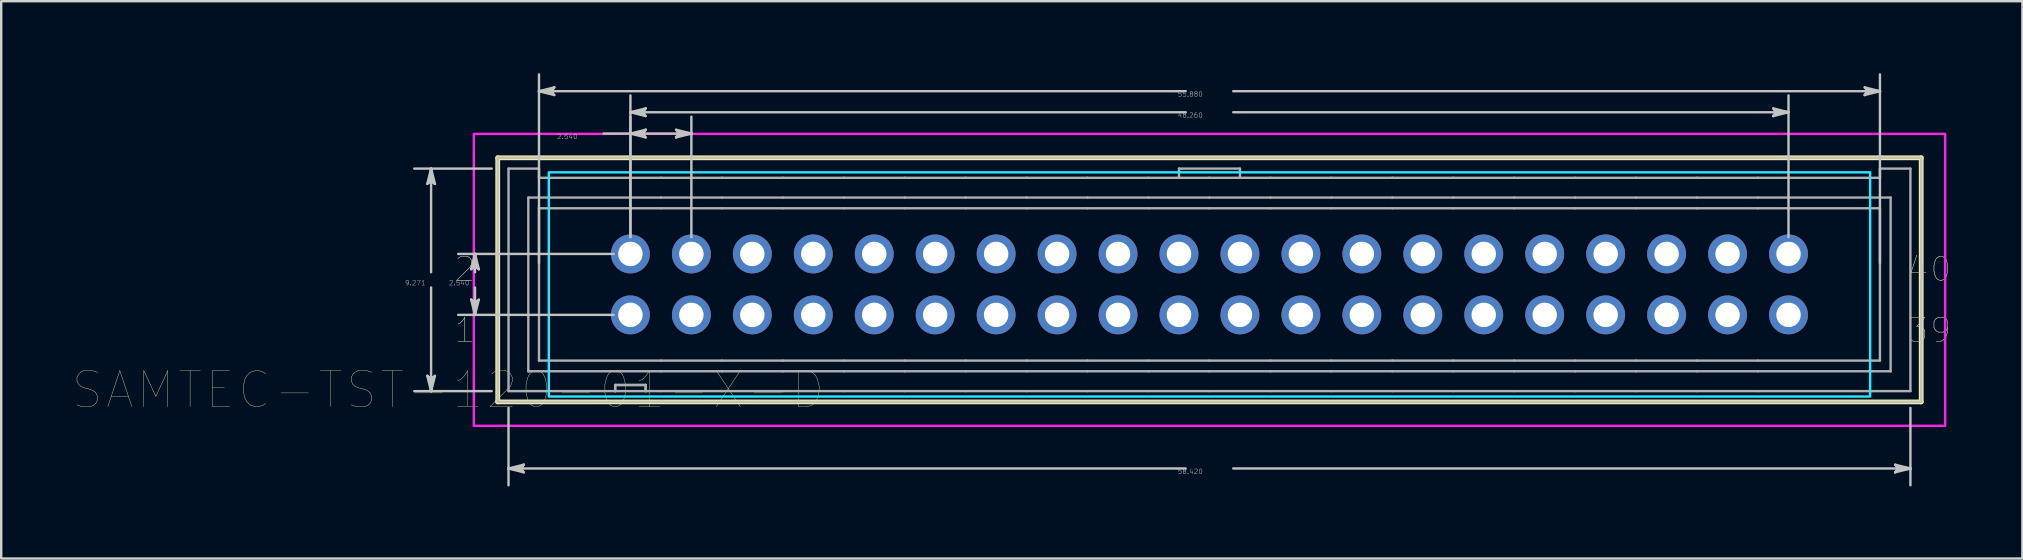
<source format=kicad_pcb>
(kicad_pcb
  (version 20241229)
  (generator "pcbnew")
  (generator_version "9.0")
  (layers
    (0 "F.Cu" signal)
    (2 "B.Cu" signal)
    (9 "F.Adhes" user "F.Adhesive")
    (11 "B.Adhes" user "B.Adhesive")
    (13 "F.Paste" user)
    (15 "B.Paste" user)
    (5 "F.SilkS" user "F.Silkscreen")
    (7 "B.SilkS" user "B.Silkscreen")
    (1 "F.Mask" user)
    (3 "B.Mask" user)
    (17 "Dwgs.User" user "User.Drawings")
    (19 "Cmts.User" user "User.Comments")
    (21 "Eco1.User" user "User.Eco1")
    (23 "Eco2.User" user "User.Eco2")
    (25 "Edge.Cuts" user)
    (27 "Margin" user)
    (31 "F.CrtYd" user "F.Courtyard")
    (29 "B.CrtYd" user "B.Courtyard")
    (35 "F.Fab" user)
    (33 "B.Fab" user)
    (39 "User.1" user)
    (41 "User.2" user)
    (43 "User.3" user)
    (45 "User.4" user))
  (footprint "SAMTEC-TST-120-01-X-D"
    (layer "F.Cu")
    (at 47.351 8.612)
    (property "Reference" "SAMTEC-TST-120-01-X-D" (at -31.729 4.59 0) (layer "F.SilkS") (effects (font (size 1.5 1.5) (thickness 0.015))))
    (attr through_hole)
    (fp_circle (center -24.13 -1.08) (end -23.269 -1.08) (stroke (width 0.1) (type solid)) (fill no) (layer "F.Mask"))
    (fp_circle (center -24.13 1.46) (end -23.269 1.46) (stroke (width 0.1) (type solid)) (fill no) (layer "F.Mask"))
    (fp_circle (center -21.59 -1.08) (end -20.729 -1.08) (stroke (width 0.1) (type solid)) (fill no) (layer "F.Mask"))
    (fp_circle (center -21.59 1.46) (end -20.729 1.46) (stroke (width 0.1) (type solid)) (fill no) (layer "F.Mask"))
    (fp_circle (center -19.05 -1.08) (end -18.189 -1.08) (stroke (width 0.1) (type solid)) (fill no) (layer "F.Mask"))
    (fp_circle (center -19.05 1.46) (end -18.189 1.46) (stroke (width 0.1) (type solid)) (fill no) (layer "F.Mask"))
    (fp_circle (center -16.51 -1.08) (end -15.649 -1.08) (stroke (width 0.1) (type solid)) (fill no) (layer "F.Mask"))
    (fp_circle (center -16.51 1.46) (end -15.649 1.46) (stroke (width 0.1) (type solid)) (fill no) (layer "F.Mask"))
    (fp_circle (center -13.97 -1.08) (end -13.109 -1.08) (stroke (width 0.1) (type solid)) (fill no) (layer "F.Mask"))
    (fp_circle (center -13.97 1.46) (end -13.109 1.46) (stroke (width 0.1) (type solid)) (fill no) (layer "F.Mask"))
    (fp_circle (center -11.43 -1.08) (end -10.569 -1.08) (stroke (width 0.1) (type solid)) (fill no) (layer "F.Mask"))
    (fp_circle (center -11.43 1.46) (end -10.569 1.46) (stroke (width 0.1) (type solid)) (fill no) (layer "F.Mask"))
    (fp_circle (center -8.89 -1.08) (end -8.029 -1.08) (stroke (width 0.1) (type solid)) (fill no) (layer "F.Mask"))
    (fp_circle (center -8.89 1.46) (end -8.029 1.46) (stroke (width 0.1) (type solid)) (fill no) (layer "F.Mask"))
    (fp_circle (center -6.35 -1.08) (end -5.489 -1.08) (stroke (width 0.1) (type solid)) (fill no) (layer "F.Mask"))
    (fp_circle (center -6.35 1.46) (end -5.489 1.46) (stroke (width 0.1) (type solid)) (fill no) (layer "F.Mask"))
    (fp_circle (center -3.81 -1.08) (end -2.949 -1.08) (stroke (width 0.1) (type solid)) (fill no) (layer "F.Mask"))
    (fp_circle (center -3.81 1.46) (end -2.949 1.46) (stroke (width 0.1) (type solid)) (fill no) (layer "F.Mask"))
    (fp_circle (center -1.27 -1.08) (end -0.409 -1.08) (stroke (width 0.1) (type solid)) (fill no) (layer "F.Mask"))
    (fp_circle (center -1.27 1.46) (end -0.409 1.46) (stroke (width 0.1) (type solid)) (fill no) (layer "F.Mask"))
    (fp_circle (center 1.27 -1.08) (end 2.131 -1.08) (stroke (width 0.1) (type solid)) (fill no) (layer "F.Mask"))
    (fp_circle (center 1.27 1.46) (end 2.131 1.46) (stroke (width 0.1) (type solid)) (fill no) (layer "F.Mask"))
    (fp_circle (center 3.81 -1.08) (end 4.671 -1.08) (stroke (width 0.1) (type solid)) (fill no) (layer "F.Mask"))
    (fp_circle (center 3.81 1.46) (end 4.671 1.46) (stroke (width 0.1) (type solid)) (fill no) (layer "F.Mask"))
    (fp_circle (center 6.35 -1.08) (end 7.211 -1.08) (stroke (width 0.1) (type solid)) (fill no) (layer "F.Mask"))
    (fp_circle (center 6.35 1.46) (end 7.211 1.46) (stroke (width 0.1) (type solid)) (fill no) (layer "F.Mask"))
    (fp_circle (center 8.89 -1.08) (end 9.751 -1.08) (stroke (width 0.1) (type solid)) (fill no) (layer "F.Mask"))
    (fp_circle (center 8.89 1.46) (end 9.751 1.46) (stroke (width 0.1) (type solid)) (fill no) (layer "F.Mask"))
    (fp_circle (center 11.43 -1.08) (end 12.291 -1.08) (stroke (width 0.1) (type solid)) (fill no) (layer "F.Mask"))
    (fp_circle (center 11.43 1.46) (end 12.291 1.46) (stroke (width 0.1) (type solid)) (fill no) (layer "F.Mask"))
    (fp_circle (center 13.97 -1.08) (end 14.831 -1.08) (stroke (width 0.1) (type solid)) (fill no) (layer "F.Mask"))
    (fp_circle (center 13.97 1.46) (end 14.831 1.46) (stroke (width 0.1) (type solid)) (fill no) (layer "F.Mask"))
    (fp_circle (center 16.51 -1.08) (end 17.371 -1.08) (stroke (width 0.1) (type solid)) (fill no) (layer "F.Mask"))
    (fp_circle (center 16.51 1.46) (end 17.371 1.46) (stroke (width 0.1) (type solid)) (fill no) (layer "F.Mask"))
    (fp_circle (center 19.05 -1.08) (end 19.911 -1.08) (stroke (width 0.1) (type solid)) (fill no) (layer "F.Mask"))
    (fp_circle (center 19.05 1.46) (end 19.911 1.46) (stroke (width 0.1) (type solid)) (fill no) (layer "F.Mask"))
    (fp_circle (center 21.59 -1.08) (end 22.451 -1.08) (stroke (width 0.1) (type solid)) (fill no) (layer "F.Mask"))
    (fp_circle (center 21.59 1.46) (end 22.451 1.46) (stroke (width 0.1) (type solid)) (fill no) (layer "F.Mask"))
    (fp_circle (center 24.13 -1.08) (end 24.991 -1.08) (stroke (width 0.1) (type solid)) (fill no) (layer "F.Mask"))
    (fp_circle (center 24.13 1.46) (end 24.991 1.46) (stroke (width 0.1) (type solid)) (fill no) (layer "F.Mask"))
    (fp_circle (center -24.13 -1.08) (end -23.269 -1.08) (stroke (width 0.1) (type solid)) (fill no) (layer "B.Mask"))
    (fp_circle (center -24.13 1.46) (end -23.269 1.46) (stroke (width 0.1) (type solid)) (fill no) (layer "B.Mask"))
    (fp_circle (center -21.59 -1.08) (end -20.729 -1.08) (stroke (width 0.1) (type solid)) (fill no) (layer "B.Mask"))
    (fp_circle (center -21.59 1.46) (end -20.729 1.46) (stroke (width 0.1) (type solid)) (fill no) (layer "B.Mask"))
    (fp_circle (center -19.05 -1.08) (end -18.189 -1.08) (stroke (width 0.1) (type solid)) (fill no) (layer "B.Mask"))
    (fp_circle (center -19.05 1.46) (end -18.189 1.46) (stroke (width 0.1) (type solid)) (fill no) (layer "B.Mask"))
    (fp_circle (center -16.51 -1.08) (end -15.649 -1.08) (stroke (width 0.1) (type solid)) (fill no) (layer "B.Mask"))
    (fp_circle (center -16.51 1.46) (end -15.649 1.46) (stroke (width 0.1) (type solid)) (fill no) (layer "B.Mask"))
    (fp_circle (center -13.97 -1.08) (end -13.109 -1.08) (stroke (width 0.1) (type solid)) (fill no) (layer "B.Mask"))
    (fp_circle (center -13.97 1.46) (end -13.109 1.46) (stroke (width 0.1) (type solid)) (fill no) (layer "B.Mask"))
    (fp_circle (center -11.43 -1.08) (end -10.569 -1.08) (stroke (width 0.1) (type solid)) (fill no) (layer "B.Mask"))
    (fp_circle (center -11.43 1.46) (end -10.569 1.46) (stroke (width 0.1) (type solid)) (fill no) (layer "B.Mask"))
    (fp_circle (center -8.89 -1.08) (end -8.029 -1.08) (stroke (width 0.1) (type solid)) (fill no) (layer "B.Mask"))
    (fp_circle (center -8.89 1.46) (end -8.029 1.46) (stroke (width 0.1) (type solid)) (fill no) (layer "B.Mask"))
    (fp_circle (center -6.35 -1.08) (end -5.489 -1.08) (stroke (width 0.1) (type solid)) (fill no) (layer "B.Mask"))
    (fp_circle (center -6.35 1.46) (end -5.489 1.46) (stroke (width 0.1) (type solid)) (fill no) (layer "B.Mask"))
    (fp_circle (center -3.81 -1.08) (end -2.949 -1.08) (stroke (width 0.1) (type solid)) (fill no) (layer "B.Mask"))
    (fp_circle (center -3.81 1.46) (end -2.949 1.46) (stroke (width 0.1) (type solid)) (fill no) (layer "B.Mask"))
    (fp_circle (center -1.27 -1.08) (end -0.409 -1.08) (stroke (width 0.1) (type solid)) (fill no) (layer "B.Mask"))
    (fp_circle (center -1.27 1.46) (end -0.409 1.46) (stroke (width 0.1) (type solid)) (fill no) (layer "B.Mask"))
    (fp_circle (center 1.27 -1.08) (end 2.131 -1.08) (stroke (width 0.1) (type solid)) (fill no) (layer "B.Mask"))
    (fp_circle (center 1.27 1.46) (end 2.131 1.46) (stroke (width 0.1) (type solid)) (fill no) (layer "B.Mask"))
    (fp_circle (center 3.81 -1.08) (end 4.671 -1.08) (stroke (width 0.1) (type solid)) (fill no) (layer "B.Mask"))
    (fp_circle (center 3.81 1.46) (end 4.671 1.46) (stroke (width 0.1) (type solid)) (fill no) (layer "B.Mask"))
    (fp_circle (center 6.35 -1.08) (end 7.211 -1.08) (stroke (width 0.1) (type solid)) (fill no) (layer "B.Mask"))
    (fp_circle (center 6.35 1.46) (end 7.211 1.46) (stroke (width 0.1) (type solid)) (fill no) (layer "B.Mask"))
    (fp_circle (center 8.89 -1.08) (end 9.751 -1.08) (stroke (width 0.1) (type solid)) (fill no) (layer "B.Mask"))
    (fp_circle (center 8.89 1.46) (end 9.751 1.46) (stroke (width 0.1) (type solid)) (fill no) (layer "B.Mask"))
    (fp_circle (center 11.43 -1.08) (end 12.291 -1.08) (stroke (width 0.1) (type solid)) (fill no) (layer "B.Mask"))
    (fp_circle (center 11.43 1.46) (end 12.291 1.46) (stroke (width 0.1) (type solid)) (fill no) (layer "B.Mask"))
    (fp_circle (center 13.97 -1.08) (end 14.831 -1.08) (stroke (width 0.1) (type solid)) (fill no) (layer "B.Mask"))
    (fp_circle (center 13.97 1.46) (end 14.831 1.46) (stroke (width 0.1) (type solid)) (fill no) (layer "B.Mask"))
    (fp_circle (center 16.51 -1.08) (end 17.371 -1.08) (stroke (width 0.1) (type solid)) (fill no) (layer "B.Mask"))
    (fp_circle (center 16.51 1.46) (end 17.371 1.46) (stroke (width 0.1) (type solid)) (fill no) (layer "B.Mask"))
    (fp_circle (center 19.05 -1.08) (end 19.911 -1.08) (stroke (width 0.1) (type solid)) (fill no) (layer "B.Mask"))
    (fp_circle (center 19.05 1.46) (end 19.911 1.46) (stroke (width 0.1) (type solid)) (fill no) (layer "B.Mask"))
    (fp_circle (center 21.59 -1.08) (end 22.451 -1.08) (stroke (width 0.1) (type solid)) (fill no) (layer "B.Mask"))
    (fp_circle (center 21.59 1.46) (end 22.451 1.46) (stroke (width 0.1) (type solid)) (fill no) (layer "B.Mask"))
    (fp_circle (center 24.13 -1.08) (end 24.991 -1.08) (stroke (width 0.1) (type solid)) (fill no) (layer "B.Mask"))
    (fp_circle (center 24.13 1.46) (end 24.991 1.46) (stroke (width 0.1) (type solid)) (fill no) (layer "B.Mask"))
    (fp_line (start -29.66 -5.086) (end -29.66 5.086) (stroke (width 0.2) (type solid)) (layer "F.SilkS"))
    (fp_line (start -29.66 5.086) (end 29.66 5.086) (stroke (width 0.2) (type solid)) (layer "F.SilkS"))
    (fp_line (start 29.66 -5.086) (end -29.66 -5.086) (stroke (width 0.2) (type solid)) (layer "F.SilkS"))
    (fp_line (start 29.66 5.086) (end 29.66 -5.086) (stroke (width 0.2) (type solid)) (layer "F.SilkS"))
    (fp_line (start -32.595 -4) (end -32.436 -4.128) (stroke (width 0.1) (type solid)) (layer "Dwgs.User"))
    (fp_line (start -32.595 4) (end -32.436 4.636) (stroke (width 0.1) (type solid)) (layer "Dwgs.User"))
    (fp_line (start -32.515 -4.064) (end -32.436 -4.128) (stroke (width 0.1) (type solid)) (layer "Dwgs.User"))
    (fp_line (start -32.515 4.064) (end -32.595 4) (stroke (width 0.1) (type solid)) (layer "Dwgs.User"))
    (fp_line (start -32.436 -4.636) (end -32.595 -4) (stroke (width 0.1) (type solid)) (layer "Dwgs.User"))
    (fp_line (start -32.436 -4.636) (end -32.515 -4.064) (stroke (width 0.1) (type solid)) (layer "Dwgs.User"))
    (fp_line (start -32.436 -4.636) (end -32.356 -4.064) (stroke (width 0.1) (type solid)) (layer "Dwgs.User"))
    (fp_line (start -32.436 -4.128) (end -32.436 -4.636) (stroke (width 0.1) (type solid)) (layer "Dwgs.User"))
    (fp_line (start -32.436 -4.128) (end -32.277 -4) (stroke (width 0.1) (type solid)) (layer "Dwgs.User"))
    (fp_line (start -32.436 -0.318) (end -32.436 -4.636) (stroke (width 0.1) (type solid)) (layer "Dwgs.User"))
    (fp_line (start -32.436 0.318) (end -32.436 4.636) (stroke (width 0.1) (type solid)) (layer "Dwgs.User"))
    (fp_line (start -32.436 4.128) (end -32.595 4) (stroke (width 0.1) (type solid)) (layer "Dwgs.User"))
    (fp_line (start -32.436 4.128) (end -32.436 4.636) (stroke (width 0.1) (type solid)) (layer "Dwgs.User"))
    (fp_line (start -32.436 4.636) (end -32.515 4.064) (stroke (width 0.1) (type solid)) (layer "Dwgs.User"))
    (fp_line (start -32.436 4.636) (end -32.356 4.064) (stroke (width 0.1) (type solid)) (layer "Dwgs.User"))
    (fp_line (start -32.436 4.636) (end -32.277 4) (stroke (width 0.1) (type solid)) (layer "Dwgs.User"))
    (fp_line (start -32.356 -4.064) (end -32.277 -4) (stroke (width 0.1) (type solid)) (layer "Dwgs.User"))
    (fp_line (start -32.356 4.064) (end -32.436 4.128) (stroke (width 0.1) (type solid)) (layer "Dwgs.User"))
    (fp_line (start -32.277 -4) (end -32.436 -4.636) (stroke (width 0.1) (type solid)) (layer "Dwgs.User"))
    (fp_line (start -32.277 4) (end -32.436 4.128) (stroke (width 0.1) (type solid)) (layer "Dwgs.User"))
    (fp_line (start -30.766 -0.444) (end -30.607 -0.572) (stroke (width 0.1) (type solid)) (layer "Dwgs.User"))
    (fp_line (start -30.766 0.826) (end -30.607 1.46) (stroke (width 0.1) (type solid)) (layer "Dwgs.User"))
    (fp_line (start -30.686 -0.508) (end -30.607 -0.572) (stroke (width 0.1) (type solid)) (layer "Dwgs.User"))
    (fp_line (start -30.686 0.889) (end -30.766 0.826) (stroke (width 0.1) (type solid)) (layer "Dwgs.User"))
    (fp_line (start -30.607 -1.08) (end -30.766 -0.444) (stroke (width 0.1) (type solid)) (layer "Dwgs.User"))
    (fp_line (start -30.607 -1.08) (end -30.686 -0.508) (stroke (width 0.1) (type solid)) (layer "Dwgs.User"))
    (fp_line (start -30.607 -1.08) (end -30.528 -0.508) (stroke (width 0.1) (type solid)) (layer "Dwgs.User"))
    (fp_line (start -30.607 -0.572) (end -30.607 -1.08) (stroke (width 0.1) (type solid)) (layer "Dwgs.User"))
    (fp_line (start -30.607 -0.572) (end -30.448 -0.444) (stroke (width 0.1) (type solid)) (layer "Dwgs.User"))
    (fp_line (start -30.607 -0.318) (end -30.607 -1.08) (stroke (width 0.1) (type solid)) (layer "Dwgs.User"))
    (fp_line (start -30.607 0.318) (end -30.607 1.46) (stroke (width 0.1) (type solid)) (layer "Dwgs.User"))
    (fp_line (start -30.607 0.952) (end -30.766 0.826) (stroke (width 0.1) (type solid)) (layer "Dwgs.User"))
    (fp_line (start -30.607 0.952) (end -30.607 1.46) (stroke (width 0.1) (type solid)) (layer "Dwgs.User"))
    (fp_line (start -30.607 1.46) (end -30.686 0.889) (stroke (width 0.1) (type solid)) (layer "Dwgs.User"))
    (fp_line (start -30.607 1.46) (end -30.528 0.889) (stroke (width 0.1) (type solid)) (layer "Dwgs.User"))
    (fp_line (start -30.607 1.46) (end -30.448 0.826) (stroke (width 0.1) (type solid)) (layer "Dwgs.User"))
    (fp_line (start -30.528 -0.508) (end -30.448 -0.444) (stroke (width 0.1) (type solid)) (layer "Dwgs.User"))
    (fp_line (start -30.528 0.889) (end -30.607 0.952) (stroke (width 0.1) (type solid)) (layer "Dwgs.User"))
    (fp_line (start -30.448 -0.444) (end -30.607 -1.08) (stroke (width 0.1) (type solid)) (layer "Dwgs.User"))
    (fp_line (start -30.448 0.826) (end -30.607 0.952) (stroke (width 0.1) (type solid)) (layer "Dwgs.User"))
    (fp_line (start -29.911 -4.636) (end -33.137 -4.636) (stroke (width 0.1) (type solid)) (layer "Dwgs.User"))
    (fp_line (start -29.911 4.636) (end -33.137 4.636) (stroke (width 0.1) (type solid)) (layer "Dwgs.User"))
    (fp_line (start -29.66 -5.086) (end -29.66 5.086) (stroke (width 0.1) (type solid)) (layer "Dwgs.User"))
    (fp_line (start -29.66 5.086) (end 29.66 5.086) (stroke (width 0.1) (type solid)) (layer "Dwgs.User"))
    (fp_line (start -29.21 5.337) (end -29.21 8.562) (stroke (width 0.1) (type solid)) (layer "Dwgs.User"))
    (fp_line (start -29.21 7.861) (end -28.638 7.782) (stroke (width 0.1) (type solid)) (layer "Dwgs.User"))
    (fp_line (start -29.21 7.861) (end -28.638 7.941) (stroke (width 0.1) (type solid)) (layer "Dwgs.User"))
    (fp_line (start -29.21 7.861) (end -28.575 8.02) (stroke (width 0.1) (type solid)) (layer "Dwgs.User"))
    (fp_line (start -28.702 7.861) (end -29.21 7.861) (stroke (width 0.1) (type solid)) (layer "Dwgs.User"))
    (fp_line (start -28.702 7.861) (end -28.575 7.703) (stroke (width 0.1) (type solid)) (layer "Dwgs.User"))
    (fp_line (start -28.638 7.782) (end -28.575 7.703) (stroke (width 0.1) (type solid)) (layer "Dwgs.User"))
    (fp_line (start -28.638 7.941) (end -28.702 7.861) (stroke (width 0.1) (type solid)) (layer "Dwgs.User"))
    (fp_line (start -28.575 7.703) (end -29.21 7.861) (stroke (width 0.1) (type solid)) (layer "Dwgs.User"))
    (fp_line (start -28.575 8.02) (end -28.702 7.861) (stroke (width 0.1) (type solid)) (layer "Dwgs.User"))
    (fp_line (start -27.94 -7.861) (end -27.368 -7.941) (stroke (width 0.1) (type solid)) (layer "Dwgs.User"))
    (fp_line (start -27.94 -7.861) (end -27.368 -7.782) (stroke (width 0.1) (type solid)) (layer "Dwgs.User"))
    (fp_line (start -27.94 -7.861) (end -27.305 -7.703) (stroke (width 0.1) (type solid)) (layer "Dwgs.User"))
    (fp_line (start -27.94 -0.701) (end -27.94 -8.562) (stroke (width 0.1) (type solid)) (layer "Dwgs.User"))
    (fp_line (start -27.432 -7.861) (end -27.94 -7.861) (stroke (width 0.1) (type solid)) (layer "Dwgs.User"))
    (fp_line (start -27.432 -7.861) (end -27.305 -8.02) (stroke (width 0.1) (type solid)) (layer "Dwgs.User"))
    (fp_line (start -27.368 -7.941) (end -27.305 -8.02) (stroke (width 0.1) (type solid)) (layer "Dwgs.User"))
    (fp_line (start -27.368 -7.782) (end -27.432 -7.861) (stroke (width 0.1) (type solid)) (layer "Dwgs.User"))
    (fp_line (start -27.305 -8.02) (end -27.94 -7.861) (stroke (width 0.1) (type solid)) (layer "Dwgs.User"))
    (fp_line (start -27.305 -7.703) (end -27.432 -7.861) (stroke (width 0.1) (type solid)) (layer "Dwgs.User"))
    (fp_line (start -25.248 -6.096) (end -24.13 -6.096) (stroke (width 0.1) (type solid)) (layer "Dwgs.User"))
    (fp_line (start -24.831 -1.08) (end -31.308 -1.08) (stroke (width 0.1) (type solid)) (layer "Dwgs.User"))
    (fp_line (start -24.831 1.46) (end -31.308 1.46) (stroke (width 0.1) (type solid)) (layer "Dwgs.User"))
    (fp_line (start -24.13 -6.985) (end -23.558 -7.064) (stroke (width 0.1) (type solid)) (layer "Dwgs.User"))
    (fp_line (start -24.13 -6.985) (end -23.558 -6.906) (stroke (width 0.1) (type solid)) (layer "Dwgs.User"))
    (fp_line (start -24.13 -6.985) (end -23.495 -6.826) (stroke (width 0.1) (type solid)) (layer "Dwgs.User"))
    (fp_line (start -24.13 -6.096) (end -23.558 -6.175) (stroke (width 0.1) (type solid)) (layer "Dwgs.User"))
    (fp_line (start -24.13 -6.096) (end -23.558 -6.017) (stroke (width 0.1) (type solid)) (layer "Dwgs.User"))
    (fp_line (start -24.13 -6.096) (end -23.495 -5.937) (stroke (width 0.1) (type solid)) (layer "Dwgs.User"))
    (fp_line (start -24.13 -6.096) (end -21.59 -6.096) (stroke (width 0.1) (type solid)) (layer "Dwgs.User"))
    (fp_line (start -24.13 -1.781) (end -24.13 -7.686) (stroke (width 0.1) (type solid)) (layer "Dwgs.User"))
    (fp_line (start -24.13 -1.781) (end -24.13 -6.797) (stroke (width 0.1) (type solid)) (layer "Dwgs.User"))
    (fp_line (start -23.622 -6.985) (end -24.13 -6.985) (stroke (width 0.1) (type solid)) (layer "Dwgs.User"))
    (fp_line (start -23.622 -6.985) (end -23.495 -7.144) (stroke (width 0.1) (type solid)) (layer "Dwgs.User"))
    (fp_line (start -23.622 -6.096) (end -24.13 -6.096) (stroke (width 0.1) (type solid)) (layer "Dwgs.User"))
    (fp_line (start -23.622 -6.096) (end -23.495 -6.255) (stroke (width 0.1) (type solid)) (layer "Dwgs.User"))
    (fp_line (start -23.558 -7.064) (end -23.495 -7.144) (stroke (width 0.1) (type solid)) (layer "Dwgs.User"))
    (fp_line (start -23.558 -6.906) (end -23.622 -6.985) (stroke (width 0.1) (type solid)) (layer "Dwgs.User"))
    (fp_line (start -23.558 -6.175) (end -23.495 -6.255) (stroke (width 0.1) (type solid)) (layer "Dwgs.User"))
    (fp_line (start -23.558 -6.017) (end -23.622 -6.096) (stroke (width 0.1) (type solid)) (layer "Dwgs.User"))
    (fp_line (start -23.495 -7.144) (end -24.13 -6.985) (stroke (width 0.1) (type solid)) (layer "Dwgs.User"))
    (fp_line (start -23.495 -6.826) (end -23.622 -6.985) (stroke (width 0.1) (type solid)) (layer "Dwgs.User"))
    (fp_line (start -23.495 -6.255) (end -24.13 -6.096) (stroke (width 0.1) (type solid)) (layer "Dwgs.User"))
    (fp_line (start -23.495 -5.937) (end -23.622 -6.096) (stroke (width 0.1) (type solid)) (layer "Dwgs.User"))
    (fp_line (start -22.225 -6.255) (end -22.098 -6.096) (stroke (width 0.1) (type solid)) (layer "Dwgs.User"))
    (fp_line (start -22.225 -5.937) (end -21.59 -6.096) (stroke (width 0.1) (type solid)) (layer "Dwgs.User"))
    (fp_line (start -22.162 -6.175) (end -22.098 -6.096) (stroke (width 0.1) (type solid)) (layer "Dwgs.User"))
    (fp_line (start -22.162 -6.017) (end -22.225 -5.937) (stroke (width 0.1) (type solid)) (layer "Dwgs.User"))
    (fp_line (start -22.098 -6.096) (end -22.225 -5.937) (stroke (width 0.1) (type solid)) (layer "Dwgs.User"))
    (fp_line (start -22.098 -6.096) (end -21.59 -6.096) (stroke (width 0.1) (type solid)) (layer "Dwgs.User"))
    (fp_line (start -21.59 -6.096) (end -22.225 -6.255) (stroke (width 0.1) (type solid)) (layer "Dwgs.User"))
    (fp_line (start -21.59 -6.096) (end -22.162 -6.175) (stroke (width 0.1) (type solid)) (layer "Dwgs.User"))
    (fp_line (start -21.59 -6.096) (end -22.162 -6.017) (stroke (width 0.1) (type solid)) (layer "Dwgs.User"))
    (fp_line (start -21.59 -1.781) (end -21.59 -6.797) (stroke (width 0.1) (type solid)) (layer "Dwgs.User"))
    (fp_line (start -0.991 -7.861) (end -27.94 -7.861) (stroke (width 0.1) (type solid)) (layer "Dwgs.User"))
    (fp_line (start -0.991 -6.985) (end -24.13 -6.985) (stroke (width 0.1) (type solid)) (layer "Dwgs.User"))
    (fp_line (start -0.991 7.861) (end -29.21 7.861) (stroke (width 0.1) (type solid)) (layer "Dwgs.User"))
    (fp_line (start 0.991 -7.861) (end 27.94 -7.861) (stroke (width 0.1) (type solid)) (layer "Dwgs.User"))
    (fp_line (start 0.991 -6.985) (end 24.13 -6.985) (stroke (width 0.1) (type solid)) (layer "Dwgs.User"))
    (fp_line (start 0.991 7.861) (end 29.21 7.861) (stroke (width 0.1) (type solid)) (layer "Dwgs.User"))
    (fp_line (start 23.495 -7.144) (end 23.622 -6.985) (stroke (width 0.1) (type solid)) (layer "Dwgs.User"))
    (fp_line (start 23.495 -6.826) (end 24.13 -6.985) (stroke (width 0.1) (type solid)) (layer "Dwgs.User"))
    (fp_line (start 23.558 -7.064) (end 23.622 -6.985) (stroke (width 0.1) (type solid)) (layer "Dwgs.User"))
    (fp_line (start 23.558 -6.906) (end 23.495 -6.826) (stroke (width 0.1) (type solid)) (layer "Dwgs.User"))
    (fp_line (start 23.622 -6.985) (end 23.495 -6.826) (stroke (width 0.1) (type solid)) (layer "Dwgs.User"))
    (fp_line (start 23.622 -6.985) (end 24.13 -6.985) (stroke (width 0.1) (type solid)) (layer "Dwgs.User"))
    (fp_line (start 24.13 -6.985) (end 23.495 -7.144) (stroke (width 0.1) (type solid)) (layer "Dwgs.User"))
    (fp_line (start 24.13 -6.985) (end 23.558 -7.064) (stroke (width 0.1) (type solid)) (layer "Dwgs.User"))
    (fp_line (start 24.13 -6.985) (end 23.558 -6.906) (stroke (width 0.1) (type solid)) (layer "Dwgs.User"))
    (fp_line (start 24.13 -1.781) (end 24.13 -7.686) (stroke (width 0.1) (type solid)) (layer "Dwgs.User"))
    (fp_line (start 27.305 -8.02) (end 27.432 -7.861) (stroke (width 0.1) (type solid)) (layer "Dwgs.User"))
    (fp_line (start 27.305 -7.703) (end 27.94 -7.861) (stroke (width 0.1) (type solid)) (layer "Dwgs.User"))
    (fp_line (start 27.368 -7.941) (end 27.432 -7.861) (stroke (width 0.1) (type solid)) (layer "Dwgs.User"))
    (fp_line (start 27.368 -7.782) (end 27.305 -7.703) (stroke (width 0.1) (type solid)) (layer "Dwgs.User"))
    (fp_line (start 27.432 -7.861) (end 27.305 -7.703) (stroke (width 0.1) (type solid)) (layer "Dwgs.User"))
    (fp_line (start 27.432 -7.861) (end 27.94 -7.861) (stroke (width 0.1) (type solid)) (layer "Dwgs.User"))
    (fp_line (start 27.94 -7.861) (end 27.305 -8.02) (stroke (width 0.1) (type solid)) (layer "Dwgs.User"))
    (fp_line (start 27.94 -7.861) (end 27.368 -7.941) (stroke (width 0.1) (type solid)) (layer "Dwgs.User"))
    (fp_line (start 27.94 -7.861) (end 27.368 -7.782) (stroke (width 0.1) (type solid)) (layer "Dwgs.User"))
    (fp_line (start 27.94 -0.701) (end 27.94 -8.562) (stroke (width 0.1) (type solid)) (layer "Dwgs.User"))
    (fp_line (start 28.575 7.703) (end 28.702 7.861) (stroke (width 0.1) (type solid)) (layer "Dwgs.User"))
    (fp_line (start 28.575 8.02) (end 29.21 7.861) (stroke (width 0.1) (type solid)) (layer "Dwgs.User"))
    (fp_line (start 28.638 7.782) (end 28.702 7.861) (stroke (width 0.1) (type solid)) (layer "Dwgs.User"))
    (fp_line (start 28.638 7.941) (end 28.575 8.02) (stroke (width 0.1) (type solid)) (layer "Dwgs.User"))
    (fp_line (start 28.702 7.861) (end 28.575 8.02) (stroke (width 0.1) (type solid)) (layer "Dwgs.User"))
    (fp_line (start 28.702 7.861) (end 29.21 7.861) (stroke (width 0.1) (type solid)) (layer "Dwgs.User"))
    (fp_line (start 29.21 5.337) (end 29.21 8.562) (stroke (width 0.1) (type solid)) (layer "Dwgs.User"))
    (fp_line (start 29.21 7.861) (end 28.575 7.703) (stroke (width 0.1) (type solid)) (layer "Dwgs.User"))
    (fp_line (start 29.21 7.861) (end 28.638 7.782) (stroke (width 0.1) (type solid)) (layer "Dwgs.User"))
    (fp_line (start 29.21 7.861) (end 28.638 7.941) (stroke (width 0.1) (type solid)) (layer "Dwgs.User"))
    (fp_line (start 29.66 -5.086) (end -29.66 -5.086) (stroke (width 0.1) (type solid)) (layer "Dwgs.User"))
    (fp_line (start 29.66 5.086) (end 29.66 -5.086) (stroke (width 0.1) (type solid)) (layer "Dwgs.User"))
    (fp_poly (pts (xy -27.531 4.862) (xy -27.531 -4.48) (xy 27.531 -4.48) (xy 27.531 4.862) (xy -27.531 4.862)) (stroke (width 0.1) (type solid)) (fill no) (layer "B.CrtYd"))
    (fp_poly (pts (xy 30.657 -6.083) (xy -30.657 -6.083) (xy -30.657 6.083) (xy 30.657 6.083) (xy 30.657 -6.083)) (stroke (width 0.1) (type solid)) (fill no) (layer "F.CrtYd"))
    (fp_line (start -29.21 -4.636) (end -29.21 4.636) (stroke (width 0.1) (type solid)) (layer "F.Fab"))
    (fp_line (start -28.385 -3.429) (end -28.385 3.81) (stroke (width 0.1) (type solid)) (layer "F.Fab"))
    (fp_line (start -28.385 3.81) (end -22.86 3.81) (stroke (width 0.1) (type solid)) (layer "F.Fab"))
    (fp_line (start -27.94 -4.636) (end -29.21 -4.636) (stroke (width 0.1) (type solid)) (layer "F.Fab"))
    (fp_line (start -27.94 -4.254) (end -27.94 -4.636) (stroke (width 0.1) (type solid)) (layer "F.Fab"))
    (fp_line (start -27.94 -2.984) (end -27.94 3.366) (stroke (width 0.1) (type solid)) (layer "F.Fab"))
    (fp_line (start -27.94 3.366) (end -22.86 3.366) (stroke (width 0.1) (type solid)) (layer "F.Fab"))
    (fp_line (start -24.765 4.382) (end -24.765 4.636) (stroke (width 0.1) (type solid)) (layer "F.Fab"))
    (fp_line (start -24.765 4.382) (end -24.765 4.636) (stroke (width 0.1) (type solid)) (layer "F.Fab"))
    (fp_line (start -24.765 4.636) (end -29.21 4.636) (stroke (width 0.1) (type solid)) (layer "F.Fab"))
    (fp_line (start -24.448 -1.397) (end -24.448 -0.762) (stroke (width 0.1) (type solid)) (layer "F.Fab"))
    (fp_line (start -24.448 1.143) (end -24.448 1.778) (stroke (width 0.1) (type solid)) (layer "F.Fab"))
    (fp_line (start -23.812 -1.397) (end -24.448 -1.397) (stroke (width 0.1) (type solid)) (layer "F.Fab"))
    (fp_line (start -23.812 -1.397) (end -23.812 -0.762) (stroke (width 0.1) (type solid)) (layer "F.Fab"))
    (fp_line (start -23.812 -0.762) (end -24.448 -0.762) (stroke (width 0.1) (type solid)) (layer "F.Fab"))
    (fp_line (start -23.812 1.143) (end -24.448 1.143) (stroke (width 0.1) (type solid)) (layer "F.Fab"))
    (fp_line (start -23.812 1.143) (end -23.812 1.778) (stroke (width 0.1) (type solid)) (layer "F.Fab"))
    (fp_line (start -23.812 1.778) (end -24.448 1.778) (stroke (width 0.1) (type solid)) (layer "F.Fab"))
    (fp_line (start -23.495 4.382) (end -24.765 4.382) (stroke (width 0.1) (type solid)) (layer "F.Fab"))
    (fp_line (start -23.495 4.382) (end -24.765 4.382) (stroke (width 0.1) (type solid)) (layer "F.Fab"))
    (fp_line (start -23.495 4.382) (end -23.495 4.636) (stroke (width 0.1) (type solid)) (layer "F.Fab"))
    (fp_line (start -23.495 4.382) (end -23.495 4.636) (stroke (width 0.1) (type solid)) (layer "F.Fab"))
    (fp_line (start -23.495 4.636) (end -24.765 4.636) (stroke (width 0.1) (type solid)) (layer "F.Fab"))
    (fp_line (start -22.86 -4.254) (end -27.94 -4.254) (stroke (width 0.1) (type solid)) (layer "F.Fab"))
    (fp_line (start -22.86 -3.429) (end -28.385 -3.429) (stroke (width 0.1) (type solid)) (layer "F.Fab"))
    (fp_line (start -22.86 -2.984) (end -27.94 -2.984) (stroke (width 0.1) (type solid)) (layer "F.Fab"))
    (fp_line (start -22.86 3.366) (end -20.32 3.366) (stroke (width 0.1) (type solid)) (layer "F.Fab"))
    (fp_line (start -22.86 3.81) (end -20.32 3.81) (stroke (width 0.1) (type solid)) (layer "F.Fab"))
    (fp_line (start -22.86 4.636) (end -23.495 4.636) (stroke (width 0.1) (type solid)) (layer "F.Fab"))
    (fp_line (start -21.908 -0.762) (end -21.908 -1.397) (stroke (width 0.1) (type solid)) (layer "F.Fab"))
    (fp_line (start -21.908 1.778) (end -21.908 1.143) (stroke (width 0.1) (type solid)) (layer "F.Fab"))
    (fp_line (start -21.272 -1.397) (end -21.908 -1.397) (stroke (width 0.1) (type solid)) (layer "F.Fab"))
    (fp_line (start -21.272 -1.397) (end -21.272 -0.762) (stroke (width 0.1) (type solid)) (layer "F.Fab"))
    (fp_line (start -21.272 -0.762) (end -21.908 -0.762) (stroke (width 0.1) (type solid)) (layer "F.Fab"))
    (fp_line (start -21.272 1.143) (end -21.908 1.143) (stroke (width 0.1) (type solid)) (layer "F.Fab"))
    (fp_line (start -21.272 1.143) (end -21.272 1.778) (stroke (width 0.1) (type solid)) (layer "F.Fab"))
    (fp_line (start -21.272 1.778) (end -21.908 1.778) (stroke (width 0.1) (type solid)) (layer "F.Fab"))
    (fp_line (start -20.32 -4.254) (end -22.86 -4.254) (stroke (width 0.1) (type solid)) (layer "F.Fab"))
    (fp_line (start -20.32 -3.429) (end -22.86 -3.429) (stroke (width 0.1) (type solid)) (layer "F.Fab"))
    (fp_line (start -20.32 -2.984) (end -22.86 -2.984) (stroke (width 0.1) (type solid)) (layer "F.Fab"))
    (fp_line (start -20.32 3.366) (end -17.78 3.366) (stroke (width 0.1) (type solid)) (layer "F.Fab"))
    (fp_line (start -20.32 3.81) (end -17.78 3.81) (stroke (width 0.1) (type solid)) (layer "F.Fab"))
    (fp_line (start -20.32 4.636) (end -22.86 4.636) (stroke (width 0.1) (type solid)) (layer "F.Fab"))
    (fp_line (start -19.368 -0.762) (end -19.368 -1.397) (stroke (width 0.1) (type solid)) (layer "F.Fab"))
    (fp_line (start -19.368 1.778) (end -19.368 1.143) (stroke (width 0.1) (type solid)) (layer "F.Fab"))
    (fp_line (start -18.732 -1.397) (end -19.368 -1.397) (stroke (width 0.1) (type solid)) (layer "F.Fab"))
    (fp_line (start -18.732 -1.397) (end -18.732 -0.762) (stroke (width 0.1) (type solid)) (layer "F.Fab"))
    (fp_line (start -18.732 -0.762) (end -19.368 -0.762) (stroke (width 0.1) (type solid)) (layer "F.Fab"))
    (fp_line (start -18.732 1.143) (end -19.368 1.143) (stroke (width 0.1) (type solid)) (layer "F.Fab"))
    (fp_line (start -18.732 1.143) (end -18.732 1.778) (stroke (width 0.1) (type solid)) (layer "F.Fab"))
    (fp_line (start -18.732 1.778) (end -19.368 1.778) (stroke (width 0.1) (type solid)) (layer "F.Fab"))
    (fp_line (start -17.78 -4.254) (end -20.32 -4.254) (stroke (width 0.1) (type solid)) (layer "F.Fab"))
    (fp_line (start -17.78 -3.429) (end -20.32 -3.429) (stroke (width 0.1) (type solid)) (layer "F.Fab"))
    (fp_line (start -17.78 -2.984) (end -20.32 -2.984) (stroke (width 0.1) (type solid)) (layer "F.Fab"))
    (fp_line (start -17.78 3.366) (end -15.24 3.366) (stroke (width 0.1) (type solid)) (layer "F.Fab"))
    (fp_line (start -17.78 3.81) (end -15.24 3.81) (stroke (width 0.1) (type solid)) (layer "F.Fab"))
    (fp_line (start -17.78 4.636) (end -20.32 4.636) (stroke (width 0.1) (type solid)) (layer "F.Fab"))
    (fp_line (start -16.828 -0.762) (end -16.828 -1.397) (stroke (width 0.1) (type solid)) (layer "F.Fab"))
    (fp_line (start -16.828 1.778) (end -16.828 1.143) (stroke (width 0.1) (type solid)) (layer "F.Fab"))
    (fp_line (start -16.192 -1.397) (end -16.828 -1.397) (stroke (width 0.1) (type solid)) (layer "F.Fab"))
    (fp_line (start -16.192 -1.397) (end -16.192 -0.762) (stroke (width 0.1) (type solid)) (layer "F.Fab"))
    (fp_line (start -16.192 -0.762) (end -16.828 -0.762) (stroke (width 0.1) (type solid)) (layer "F.Fab"))
    (fp_line (start -16.192 1.143) (end -16.828 1.143) (stroke (width 0.1) (type solid)) (layer "F.Fab"))
    (fp_line (start -16.192 1.143) (end -16.192 1.778) (stroke (width 0.1) (type solid)) (layer "F.Fab"))
    (fp_line (start -16.192 1.778) (end -16.828 1.778) (stroke (width 0.1) (type solid)) (layer "F.Fab"))
    (fp_line (start -15.24 -4.254) (end -17.78 -4.254) (stroke (width 0.1) (type solid)) (layer "F.Fab"))
    (fp_line (start -15.24 -3.429) (end -17.78 -3.429) (stroke (width 0.1) (type solid)) (layer "F.Fab"))
    (fp_line (start -15.24 -2.984) (end -17.78 -2.984) (stroke (width 0.1) (type solid)) (layer "F.Fab"))
    (fp_line (start -15.24 3.366) (end -12.7 3.366) (stroke (width 0.1) (type solid)) (layer "F.Fab"))
    (fp_line (start -15.24 3.81) (end -12.7 3.81) (stroke (width 0.1) (type solid)) (layer "F.Fab"))
    (fp_line (start -15.24 4.636) (end -17.78 4.636) (stroke (width 0.1) (type solid)) (layer "F.Fab"))
    (fp_line (start -14.288 -0.762) (end -14.288 -1.397) (stroke (width 0.1) (type solid)) (layer "F.Fab"))
    (fp_line (start -14.288 1.778) (end -14.288 1.143) (stroke (width 0.1) (type solid)) (layer "F.Fab"))
    (fp_line (start -13.652 -1.397) (end -14.288 -1.397) (stroke (width 0.1) (type solid)) (layer "F.Fab"))
    (fp_line (start -13.652 -1.397) (end -13.652 -0.762) (stroke (width 0.1) (type solid)) (layer "F.Fab"))
    (fp_line (start -13.652 -0.762) (end -14.288 -0.762) (stroke (width 0.1) (type solid)) (layer "F.Fab"))
    (fp_line (start -13.652 1.143) (end -14.288 1.143) (stroke (width 0.1) (type solid)) (layer "F.Fab"))
    (fp_line (start -13.652 1.143) (end -13.652 1.778) (stroke (width 0.1) (type solid)) (layer "F.Fab"))
    (fp_line (start -13.652 1.778) (end -14.288 1.778) (stroke (width 0.1) (type solid)) (layer "F.Fab"))
    (fp_line (start -12.7 -4.254) (end -15.24 -4.254) (stroke (width 0.1) (type solid)) (layer "F.Fab"))
    (fp_line (start -12.7 -3.429) (end -15.24 -3.429) (stroke (width 0.1) (type solid)) (layer "F.Fab"))
    (fp_line (start -12.7 -2.984) (end -15.24 -2.984) (stroke (width 0.1) (type solid)) (layer "F.Fab"))
    (fp_line (start -12.7 3.366) (end -10.16 3.366) (stroke (width 0.1) (type solid)) (layer "F.Fab"))
    (fp_line (start -12.7 3.81) (end -10.16 3.81) (stroke (width 0.1) (type solid)) (layer "F.Fab"))
    (fp_line (start -12.7 4.636) (end -15.24 4.636) (stroke (width 0.1) (type solid)) (layer "F.Fab"))
    (fp_line (start -11.748 -0.762) (end -11.748 -1.397) (stroke (width 0.1) (type solid)) (layer "F.Fab"))
    (fp_line (start -11.748 1.778) (end -11.748 1.143) (stroke (width 0.1) (type solid)) (layer "F.Fab"))
    (fp_line (start -11.112 -1.397) (end -11.748 -1.397) (stroke (width 0.1) (type solid)) (layer "F.Fab"))
    (fp_line (start -11.112 -1.397) (end -11.112 -0.762) (stroke (width 0.1) (type solid)) (layer "F.Fab"))
    (fp_line (start -11.112 -0.762) (end -11.748 -0.762) (stroke (width 0.1) (type solid)) (layer "F.Fab"))
    (fp_line (start -11.112 1.143) (end -11.748 1.143) (stroke (width 0.1) (type solid)) (layer "F.Fab"))
    (fp_line (start -11.112 1.143) (end -11.112 1.778) (stroke (width 0.1) (type solid)) (layer "F.Fab"))
    (fp_line (start -11.112 1.778) (end -11.748 1.778) (stroke (width 0.1) (type solid)) (layer "F.Fab"))
    (fp_line (start -10.16 -4.254) (end -12.7 -4.254) (stroke (width 0.1) (type solid)) (layer "F.Fab"))
    (fp_line (start -10.16 -3.429) (end -12.7 -3.429) (stroke (width 0.1) (type solid)) (layer "F.Fab"))
    (fp_line (start -10.16 -2.984) (end -12.7 -2.984) (stroke (width 0.1) (type solid)) (layer "F.Fab"))
    (fp_line (start -10.16 3.366) (end -7.62 3.366) (stroke (width 0.1) (type solid)) (layer "F.Fab"))
    (fp_line (start -10.16 3.81) (end -7.62 3.81) (stroke (width 0.1) (type solid)) (layer "F.Fab"))
    (fp_line (start -10.16 4.636) (end -12.7 4.636) (stroke (width 0.1) (type solid)) (layer "F.Fab"))
    (fp_line (start -9.208 -0.762) (end -9.208 -1.397) (stroke (width 0.1) (type solid)) (layer "F.Fab"))
    (fp_line (start -9.208 1.778) (end -9.208 1.143) (stroke (width 0.1) (type solid)) (layer "F.Fab"))
    (fp_line (start -8.572 -1.397) (end -9.208 -1.397) (stroke (width 0.1) (type solid)) (layer "F.Fab"))
    (fp_line (start -8.572 -1.397) (end -8.572 -0.762) (stroke (width 0.1) (type solid)) (layer "F.Fab"))
    (fp_line (start -8.572 -0.762) (end -9.208 -0.762) (stroke (width 0.1) (type solid)) (layer "F.Fab"))
    (fp_line (start -8.572 1.143) (end -9.208 1.143) (stroke (width 0.1) (type solid)) (layer "F.Fab"))
    (fp_line (start -8.572 1.143) (end -8.572 1.778) (stroke (width 0.1) (type solid)) (layer "F.Fab"))
    (fp_line (start -8.572 1.778) (end -9.208 1.778) (stroke (width 0.1) (type solid)) (layer "F.Fab"))
    (fp_line (start -7.62 -4.254) (end -10.16 -4.254) (stroke (width 0.1) (type solid)) (layer "F.Fab"))
    (fp_line (start -7.62 -3.429) (end -10.16 -3.429) (stroke (width 0.1) (type solid)) (layer "F.Fab"))
    (fp_line (start -7.62 -2.984) (end -10.16 -2.984) (stroke (width 0.1) (type solid)) (layer "F.Fab"))
    (fp_line (start -7.62 3.366) (end -5.08 3.366) (stroke (width 0.1) (type solid)) (layer "F.Fab"))
    (fp_line (start -7.62 3.81) (end -5.08 3.81) (stroke (width 0.1) (type solid)) (layer "F.Fab"))
    (fp_line (start -7.62 4.636) (end -10.16 4.636) (stroke (width 0.1) (type solid)) (layer "F.Fab"))
    (fp_line (start -6.668 -0.762) (end -6.668 -1.397) (stroke (width 0.1) (type solid)) (layer "F.Fab"))
    (fp_line (start -6.668 1.778) (end -6.668 1.143) (stroke (width 0.1) (type solid)) (layer "F.Fab"))
    (fp_line (start -6.032 -1.397) (end -6.668 -1.397) (stroke (width 0.1) (type solid)) (layer "F.Fab"))
    (fp_line (start -6.032 -1.397) (end -6.032 -0.762) (stroke (width 0.1) (type solid)) (layer "F.Fab"))
    (fp_line (start -6.032 -0.762) (end -6.668 -0.762) (stroke (width 0.1) (type solid)) (layer "F.Fab"))
    (fp_line (start -6.032 1.143) (end -6.668 1.143) (stroke (width 0.1) (type solid)) (layer "F.Fab"))
    (fp_line (start -6.032 1.143) (end -6.032 1.778) (stroke (width 0.1) (type solid)) (layer "F.Fab"))
    (fp_line (start -6.032 1.778) (end -6.668 1.778) (stroke (width 0.1) (type solid)) (layer "F.Fab"))
    (fp_line (start -5.08 -4.254) (end -7.62 -4.254) (stroke (width 0.1) (type solid)) (layer "F.Fab"))
    (fp_line (start -5.08 -3.429) (end -7.62 -3.429) (stroke (width 0.1) (type solid)) (layer "F.Fab"))
    (fp_line (start -5.08 -2.984) (end -7.62 -2.984) (stroke (width 0.1) (type solid)) (layer "F.Fab"))
    (fp_line (start -5.08 3.366) (end -2.54 3.366) (stroke (width 0.1) (type solid)) (layer "F.Fab"))
    (fp_line (start -5.08 3.81) (end -2.54 3.81) (stroke (width 0.1) (type solid)) (layer "F.Fab"))
    (fp_line (start -5.08 4.636) (end -7.62 4.636) (stroke (width 0.1) (type solid)) (layer "F.Fab"))
    (fp_line (start -4.128 -0.762) (end -4.128 -1.397) (stroke (width 0.1) (type solid)) (layer "F.Fab"))
    (fp_line (start -4.128 1.778) (end -4.128 1.143) (stroke (width 0.1) (type solid)) (layer "F.Fab"))
    (fp_line (start -3.492 -1.397) (end -4.128 -1.397) (stroke (width 0.1) (type solid)) (layer "F.Fab"))
    (fp_line (start -3.492 -1.397) (end -3.492 -0.762) (stroke (width 0.1) (type solid)) (layer "F.Fab"))
    (fp_line (start -3.492 -0.762) (end -4.128 -0.762) (stroke (width 0.1) (type solid)) (layer "F.Fab"))
    (fp_line (start -3.492 1.143) (end -4.128 1.143) (stroke (width 0.1) (type solid)) (layer "F.Fab"))
    (fp_line (start -3.492 1.143) (end -3.492 1.778) (stroke (width 0.1) (type solid)) (layer "F.Fab"))
    (fp_line (start -3.492 1.778) (end -4.128 1.778) (stroke (width 0.1) (type solid)) (layer "F.Fab"))
    (fp_line (start -2.54 -4.254) (end -5.08 -4.254) (stroke (width 0.1) (type solid)) (layer "F.Fab"))
    (fp_line (start -2.54 -3.429) (end -5.08 -3.429) (stroke (width 0.1) (type solid)) (layer "F.Fab"))
    (fp_line (start -2.54 -2.984) (end -5.08 -2.984) (stroke (width 0.1) (type solid)) (layer "F.Fab"))
    (fp_line (start -2.54 3.366) (end 0 3.366) (stroke (width 0.1) (type solid)) (layer "F.Fab"))
    (fp_line (start -2.54 3.81) (end 0 3.81) (stroke (width 0.1) (type solid)) (layer "F.Fab"))
    (fp_line (start -2.54 4.636) (end -5.08 4.636) (stroke (width 0.1) (type solid)) (layer "F.Fab"))
    (fp_line (start -1.588 -0.762) (end -1.588 -1.397) (stroke (width 0.1) (type solid)) (layer "F.Fab"))
    (fp_line (start -1.588 1.778) (end -1.588 1.143) (stroke (width 0.1) (type solid)) (layer "F.Fab"))
    (fp_line (start -1.27 -4.636) (end -1.27 -4.254) (stroke (width 0.1) (type solid)) (layer "F.Fab"))
    (fp_line (start -0.952 -1.397) (end -1.588 -1.397) (stroke (width 0.1) (type solid)) (layer "F.Fab"))
    (fp_line (start -0.952 -1.397) (end -0.952 -0.762) (stroke (width 0.1) (type solid)) (layer "F.Fab"))
    (fp_line (start -0.952 -0.762) (end -1.588 -0.762) (stroke (width 0.1) (type solid)) (layer "F.Fab"))
    (fp_line (start -0.952 1.143) (end -1.588 1.143) (stroke (width 0.1) (type solid)) (layer "F.Fab"))
    (fp_line (start -0.952 1.143) (end -0.952 1.778) (stroke (width 0.1) (type solid)) (layer "F.Fab"))
    (fp_line (start -0.952 1.778) (end -1.588 1.778) (stroke (width 0.1) (type solid)) (layer "F.Fab"))
    (fp_line (start 0 -4.254) (end -2.54 -4.254) (stroke (width 0.1) (type solid)) (layer "F.Fab"))
    (fp_line (start 0 -3.429) (end -2.54 -3.429) (stroke (width 0.1) (type solid)) (layer "F.Fab"))
    (fp_line (start 0 -2.984) (end -2.54 -2.984) (stroke (width 0.1) (type solid)) (layer "F.Fab"))
    (fp_line (start 0 3.366) (end 2.54 3.366) (stroke (width 0.1) (type solid)) (layer "F.Fab"))
    (fp_line (start 0 3.81) (end 2.54 3.81) (stroke (width 0.1) (type solid)) (layer "F.Fab"))
    (fp_line (start 0 4.636) (end -2.54 4.636) (stroke (width 0.1) (type solid)) (layer "F.Fab"))
    (fp_line (start 0.952 -0.762) (end 0.952 -1.397) (stroke (width 0.1) (type solid)) (layer "F.Fab"))
    (fp_line (start 0.952 1.778) (end 0.952 1.143) (stroke (width 0.1) (type solid)) (layer "F.Fab"))
    (fp_line (start 1.27 -4.636) (end -1.27 -4.636) (stroke (width 0.1) (type solid)) (layer "F.Fab"))
    (fp_line (start 1.27 -4.254) (end 1.27 -4.636) (stroke (width 0.1) (type solid)) (layer "F.Fab"))
    (fp_line (start 1.588 -1.397) (end 0.952 -1.397) (stroke (width 0.1) (type solid)) (layer "F.Fab"))
    (fp_line (start 1.588 -1.397) (end 1.588 -0.762) (stroke (width 0.1) (type solid)) (layer "F.Fab"))
    (fp_line (start 1.588 -0.762) (end 0.952 -0.762) (stroke (width 0.1) (type solid)) (layer "F.Fab"))
    (fp_line (start 1.588 1.143) (end 0.952 1.143) (stroke (width 0.1) (type solid)) (layer "F.Fab"))
    (fp_line (start 1.588 1.143) (end 1.588 1.778) (stroke (width 0.1) (type solid)) (layer "F.Fab"))
    (fp_line (start 1.588 1.778) (end 0.952 1.778) (stroke (width 0.1) (type solid)) (layer "F.Fab"))
    (fp_line (start 2.54 -4.254) (end 0 -4.254) (stroke (width 0.1) (type solid)) (layer "F.Fab"))
    (fp_line (start 2.54 -3.429) (end 0 -3.429) (stroke (width 0.1) (type solid)) (layer "F.Fab"))
    (fp_line (start 2.54 -2.984) (end 0 -2.984) (stroke (width 0.1) (type solid)) (layer "F.Fab"))
    (fp_line (start 2.54 3.366) (end 5.08 3.366) (stroke (width 0.1) (type solid)) (layer "F.Fab"))
    (fp_line (start 2.54 3.81) (end 5.08 3.81) (stroke (width 0.1) (type solid)) (layer "F.Fab"))
    (fp_line (start 2.54 4.636) (end 0 4.636) (stroke (width 0.1) (type solid)) (layer "F.Fab"))
    (fp_line (start 3.492 -0.762) (end 3.492 -1.397) (stroke (width 0.1) (type solid)) (layer "F.Fab"))
    (fp_line (start 3.492 1.778) (end 3.492 1.143) (stroke (width 0.1) (type solid)) (layer "F.Fab"))
    (fp_line (start 4.128 -1.397) (end 3.492 -1.397) (stroke (width 0.1) (type solid)) (layer "F.Fab"))
    (fp_line (start 4.128 -1.397) (end 4.128 -0.762) (stroke (width 0.1) (type solid)) (layer "F.Fab"))
    (fp_line (start 4.128 -0.762) (end 3.492 -0.762) (stroke (width 0.1) (type solid)) (layer "F.Fab"))
    (fp_line (start 4.128 1.143) (end 3.492 1.143) (stroke (width 0.1) (type solid)) (layer "F.Fab"))
    (fp_line (start 4.128 1.143) (end 4.128 1.778) (stroke (width 0.1) (type solid)) (layer "F.Fab"))
    (fp_line (start 4.128 1.778) (end 3.492 1.778) (stroke (width 0.1) (type solid)) (layer "F.Fab"))
    (fp_line (start 5.08 -4.254) (end 2.54 -4.254) (stroke (width 0.1) (type solid)) (layer "F.Fab"))
    (fp_line (start 5.08 -3.429) (end 2.54 -3.429) (stroke (width 0.1) (type solid)) (layer "F.Fab"))
    (fp_line (start 5.08 -2.984) (end 2.54 -2.984) (stroke (width 0.1) (type solid)) (layer "F.Fab"))
    (fp_line (start 5.08 3.366) (end 7.62 3.366) (stroke (width 0.1) (type solid)) (layer "F.Fab"))
    (fp_line (start 5.08 3.81) (end 7.62 3.81) (stroke (width 0.1) (type solid)) (layer "F.Fab"))
    (fp_line (start 5.08 4.636) (end 2.54 4.636) (stroke (width 0.1) (type solid)) (layer "F.Fab"))
    (fp_line (start 6.032 -0.762) (end 6.032 -1.397) (stroke (width 0.1) (type solid)) (layer "F.Fab"))
    (fp_line (start 6.032 1.778) (end 6.032 1.143) (stroke (width 0.1) (type solid)) (layer "F.Fab"))
    (fp_line (start 6.668 -1.397) (end 6.032 -1.397) (stroke (width 0.1) (type solid)) (layer "F.Fab"))
    (fp_line (start 6.668 -1.397) (end 6.668 -0.762) (stroke (width 0.1) (type solid)) (layer "F.Fab"))
    (fp_line (start 6.668 -0.762) (end 6.032 -0.762) (stroke (width 0.1) (type solid)) (layer "F.Fab"))
    (fp_line (start 6.668 1.143) (end 6.032 1.143) (stroke (width 0.1) (type solid)) (layer "F.Fab"))
    (fp_line (start 6.668 1.143) (end 6.668 1.778) (stroke (width 0.1) (type solid)) (layer "F.Fab"))
    (fp_line (start 6.668 1.778) (end 6.032 1.778) (stroke (width 0.1) (type solid)) (layer "F.Fab"))
    (fp_line (start 7.62 -4.254) (end 5.08 -4.254) (stroke (width 0.1) (type solid)) (layer "F.Fab"))
    (fp_line (start 7.62 -3.429) (end 5.08 -3.429) (stroke (width 0.1) (type solid)) (layer "F.Fab"))
    (fp_line (start 7.62 -2.984) (end 5.08 -2.984) (stroke (width 0.1) (type solid)) (layer "F.Fab"))
    (fp_line (start 7.62 3.366) (end 10.16 3.366) (stroke (width 0.1) (type solid)) (layer "F.Fab"))
    (fp_line (start 7.62 3.81) (end 10.16 3.81) (stroke (width 0.1) (type solid)) (layer "F.Fab"))
    (fp_line (start 7.62 4.636) (end 5.08 4.636) (stroke (width 0.1) (type solid)) (layer "F.Fab"))
    (fp_line (start 8.572 -0.762) (end 8.572 -1.397) (stroke (width 0.1) (type solid)) (layer "F.Fab"))
    (fp_line (start 8.572 1.778) (end 8.572 1.143) (stroke (width 0.1) (type solid)) (layer "F.Fab"))
    (fp_line (start 9.208 -1.397) (end 8.572 -1.397) (stroke (width 0.1) (type solid)) (layer "F.Fab"))
    (fp_line (start 9.208 -1.397) (end 9.208 -0.762) (stroke (width 0.1) (type solid)) (layer "F.Fab"))
    (fp_line (start 9.208 -0.762) (end 8.572 -0.762) (stroke (width 0.1) (type solid)) (layer "F.Fab"))
    (fp_line (start 9.208 1.143) (end 8.572 1.143) (stroke (width 0.1) (type solid)) (layer "F.Fab"))
    (fp_line (start 9.208 1.143) (end 9.208 1.778) (stroke (width 0.1) (type solid)) (layer "F.Fab"))
    (fp_line (start 9.208 1.778) (end 8.572 1.778) (stroke (width 0.1) (type solid)) (layer "F.Fab"))
    (fp_line (start 10.16 -4.254) (end 7.62 -4.254) (stroke (width 0.1) (type solid)) (layer "F.Fab"))
    (fp_line (start 10.16 -3.429) (end 7.62 -3.429) (stroke (width 0.1) (type solid)) (layer "F.Fab"))
    (fp_line (start 10.16 -2.984) (end 7.62 -2.984) (stroke (width 0.1) (type solid)) (layer "F.Fab"))
    (fp_line (start 10.16 3.366) (end 12.7 3.366) (stroke (width 0.1) (type solid)) (layer "F.Fab"))
    (fp_line (start 10.16 3.81) (end 12.7 3.81) (stroke (width 0.1) (type solid)) (layer "F.Fab"))
    (fp_line (start 10.16 4.636) (end 7.62 4.636) (stroke (width 0.1) (type solid)) (layer "F.Fab"))
    (fp_line (start 11.112 -0.762) (end 11.112 -1.397) (stroke (width 0.1) (type solid)) (layer "F.Fab"))
    (fp_line (start 11.112 1.778) (end 11.112 1.143) (stroke (width 0.1) (type solid)) (layer "F.Fab"))
    (fp_line (start 11.748 -1.397) (end 11.112 -1.397) (stroke (width 0.1) (type solid)) (layer "F.Fab"))
    (fp_line (start 11.748 -1.397) (end 11.748 -0.762) (stroke (width 0.1) (type solid)) (layer "F.Fab"))
    (fp_line (start 11.748 -0.762) (end 11.112 -0.762) (stroke (width 0.1) (type solid)) (layer "F.Fab"))
    (fp_line (start 11.748 1.143) (end 11.112 1.143) (stroke (width 0.1) (type solid)) (layer "F.Fab"))
    (fp_line (start 11.748 1.143) (end 11.748 1.778) (stroke (width 0.1) (type solid)) (layer "F.Fab"))
    (fp_line (start 11.748 1.778) (end 11.112 1.778) (stroke (width 0.1) (type solid)) (layer "F.Fab"))
    (fp_line (start 12.7 -4.254) (end 10.16 -4.254) (stroke (width 0.1) (type solid)) (layer "F.Fab"))
    (fp_line (start 12.7 -3.429) (end 10.16 -3.429) (stroke (width 0.1) (type solid)) (layer "F.Fab"))
    (fp_line (start 12.7 -2.984) (end 10.16 -2.984) (stroke (width 0.1) (type solid)) (layer "F.Fab"))
    (fp_line (start 12.7 3.366) (end 15.24 3.366) (stroke (width 0.1) (type solid)) (layer "F.Fab"))
    (fp_line (start 12.7 3.81) (end 15.24 3.81) (stroke (width 0.1) (type solid)) (layer "F.Fab"))
    (fp_line (start 12.7 4.636) (end 10.16 4.636) (stroke (width 0.1) (type solid)) (layer "F.Fab"))
    (fp_line (start 13.652 -0.762) (end 13.652 -1.397) (stroke (width 0.1) (type solid)) (layer "F.Fab"))
    (fp_line (start 13.652 1.778) (end 13.652 1.143) (stroke (width 0.1) (type solid)) (layer "F.Fab"))
    (fp_line (start 14.288 -1.397) (end 13.652 -1.397) (stroke (width 0.1) (type solid)) (layer "F.Fab"))
    (fp_line (start 14.288 -1.397) (end 14.288 -0.762) (stroke (width 0.1) (type solid)) (layer "F.Fab"))
    (fp_line (start 14.288 -0.762) (end 13.652 -0.762) (stroke (width 0.1) (type solid)) (layer "F.Fab"))
    (fp_line (start 14.288 1.143) (end 13.652 1.143) (stroke (width 0.1) (type solid)) (layer "F.Fab"))
    (fp_line (start 14.288 1.143) (end 14.288 1.778) (stroke (width 0.1) (type solid)) (layer "F.Fab"))
    (fp_line (start 14.288 1.778) (end 13.652 1.778) (stroke (width 0.1) (type solid)) (layer "F.Fab"))
    (fp_line (start 15.24 -4.254) (end 12.7 -4.254) (stroke (width 0.1) (type solid)) (layer "F.Fab"))
    (fp_line (start 15.24 -3.429) (end 12.7 -3.429) (stroke (width 0.1) (type solid)) (layer "F.Fab"))
    (fp_line (start 15.24 -2.984) (end 12.7 -2.984) (stroke (width 0.1) (type solid)) (layer "F.Fab"))
    (fp_line (start 15.24 3.366) (end 17.78 3.366) (stroke (width 0.1) (type solid)) (layer "F.Fab"))
    (fp_line (start 15.24 3.81) (end 17.78 3.81) (stroke (width 0.1) (type solid)) (layer "F.Fab"))
    (fp_line (start 15.24 4.636) (end 12.7 4.636) (stroke (width 0.1) (type solid)) (layer "F.Fab"))
    (fp_line (start 16.192 -0.762) (end 16.192 -1.397) (stroke (width 0.1) (type solid)) (layer "F.Fab"))
    (fp_line (start 16.192 1.778) (end 16.192 1.143) (stroke (width 0.1) (type solid)) (layer "F.Fab"))
    (fp_line (start 16.828 -1.397) (end 16.192 -1.397) (stroke (width 0.1) (type solid)) (layer "F.Fab"))
    (fp_line (start 16.828 -1.397) (end 16.828 -0.762) (stroke (width 0.1) (type solid)) (layer "F.Fab"))
    (fp_line (start 16.828 -0.762) (end 16.192 -0.762) (stroke (width 0.1) (type solid)) (layer "F.Fab"))
    (fp_line (start 16.828 1.143) (end 16.192 1.143) (stroke (width 0.1) (type solid)) (layer "F.Fab"))
    (fp_line (start 16.828 1.143) (end 16.828 1.778) (stroke (width 0.1) (type solid)) (layer "F.Fab"))
    (fp_line (start 16.828 1.778) (end 16.192 1.778) (stroke (width 0.1) (type solid)) (layer "F.Fab"))
    (fp_line (start 17.78 -4.254) (end 15.24 -4.254) (stroke (width 0.1) (type solid)) (layer "F.Fab"))
    (fp_line (start 17.78 -3.429) (end 15.24 -3.429) (stroke (width 0.1) (type solid)) (layer "F.Fab"))
    (fp_line (start 17.78 -2.984) (end 15.24 -2.984) (stroke (width 0.1) (type solid)) (layer "F.Fab"))
    (fp_line (start 17.78 3.366) (end 20.32 3.366) (stroke (width 0.1) (type solid)) (layer "F.Fab"))
    (fp_line (start 17.78 3.81) (end 20.32 3.81) (stroke (width 0.1) (type solid)) (layer "F.Fab"))
    (fp_line (start 17.78 4.636) (end 15.24 4.636) (stroke (width 0.1) (type solid)) (layer "F.Fab"))
    (fp_line (start 18.732 -0.762) (end 18.732 -1.397) (stroke (width 0.1) (type solid)) (layer "F.Fab"))
    (fp_line (start 18.732 1.778) (end 18.732 1.143) (stroke (width 0.1) (type solid)) (layer "F.Fab"))
    (fp_line (start 19.368 -1.397) (end 18.732 -1.397) (stroke (width 0.1) (type solid)) (layer "F.Fab"))
    (fp_line (start 19.368 -1.397) (end 19.368 -0.762) (stroke (width 0.1) (type solid)) (layer "F.Fab"))
    (fp_line (start 19.368 -0.762) (end 18.732 -0.762) (stroke (width 0.1) (type solid)) (layer "F.Fab"))
    (fp_line (start 19.368 1.143) (end 18.732 1.143) (stroke (width 0.1) (type solid)) (layer "F.Fab"))
    (fp_line (start 19.368 1.143) (end 19.368 1.778) (stroke (width 0.1) (type solid)) (layer "F.Fab"))
    (fp_line (start 19.368 1.778) (end 18.732 1.778) (stroke (width 0.1) (type solid)) (layer "F.Fab"))
    (fp_line (start 20.32 -4.254) (end 17.78 -4.254) (stroke (width 0.1) (type solid)) (layer "F.Fab"))
    (fp_line (start 20.32 -3.429) (end 17.78 -3.429) (stroke (width 0.1) (type solid)) (layer "F.Fab"))
    (fp_line (start 20.32 -2.984) (end 17.78 -2.984) (stroke (width 0.1) (type solid)) (layer "F.Fab"))
    (fp_line (start 20.32 3.366) (end 22.86 3.366) (stroke (width 0.1) (type solid)) (layer "F.Fab"))
    (fp_line (start 20.32 3.81) (end 22.86 3.81) (stroke (width 0.1) (type solid)) (layer "F.Fab"))
    (fp_line (start 20.32 4.636) (end 17.78 4.636) (stroke (width 0.1) (type solid)) (layer "F.Fab"))
    (fp_line (start 21.272 -0.762) (end 21.272 -1.397) (stroke (width 0.1) (type solid)) (layer "F.Fab"))
    (fp_line (start 21.272 1.778) (end 21.272 1.143) (stroke (width 0.1) (type solid)) (layer "F.Fab"))
    (fp_line (start 21.908 -1.397) (end 21.272 -1.397) (stroke (width 0.1) (type solid)) (layer "F.Fab"))
    (fp_line (start 21.908 -1.397) (end 21.908 -0.762) (stroke (width 0.1) (type solid)) (layer "F.Fab"))
    (fp_line (start 21.908 -0.762) (end 21.272 -0.762) (stroke (width 0.1) (type solid)) (layer "F.Fab"))
    (fp_line (start 21.908 1.143) (end 21.272 1.143) (stroke (width 0.1) (type solid)) (layer "F.Fab"))
    (fp_line (start 21.908 1.143) (end 21.908 1.778) (stroke (width 0.1) (type solid)) (layer "F.Fab"))
    (fp_line (start 21.908 1.778) (end 21.272 1.778) (stroke (width 0.1) (type solid)) (layer "F.Fab"))
    (fp_line (start 22.86 -4.254) (end 20.32 -4.254) (stroke (width 0.1) (type solid)) (layer "F.Fab"))
    (fp_line (start 22.86 -3.429) (end 20.32 -3.429) (stroke (width 0.1) (type solid)) (layer "F.Fab"))
    (fp_line (start 22.86 -2.984) (end 20.32 -2.984) (stroke (width 0.1) (type solid)) (layer "F.Fab"))
    (fp_line (start 22.86 3.366) (end 27.94 3.366) (stroke (width 0.1) (type solid)) (layer "F.Fab"))
    (fp_line (start 22.86 3.81) (end 28.385 3.81) (stroke (width 0.1) (type solid)) (layer "F.Fab"))
    (fp_line (start 22.86 4.636) (end 20.32 4.636) (stroke (width 0.1) (type solid)) (layer "F.Fab"))
    (fp_line (start 23.812 -0.762) (end 23.812 -1.397) (stroke (width 0.1) (type solid)) (layer "F.Fab"))
    (fp_line (start 23.812 -0.762) (end 24.448 -0.762) (stroke (width 0.1) (type solid)) (layer "F.Fab"))
    (fp_line (start 23.812 1.778) (end 23.812 1.143) (stroke (width 0.1) (type solid)) (layer "F.Fab"))
    (fp_line (start 24.448 -1.397) (end 23.812 -1.397) (stroke (width 0.1) (type solid)) (layer "F.Fab"))
    (fp_line (start 24.448 -1.397) (end 24.448 -0.762) (stroke (width 0.1) (type solid)) (layer "F.Fab"))
    (fp_line (start 24.448 -0.762) (end 23.812 -0.762) (stroke (width 0.1) (type solid)) (layer "F.Fab"))
    (fp_line (start 24.448 1.143) (end 23.812 1.143) (stroke (width 0.1) (type solid)) (layer "F.Fab"))
    (fp_line (start 24.448 1.143) (end 24.448 1.778) (stroke (width 0.1) (type solid)) (layer "F.Fab"))
    (fp_line (start 24.448 1.778) (end 23.812 1.778) (stroke (width 0.1) (type solid)) (layer "F.Fab"))
    (fp_line (start 27.94 -4.636) (end 27.94 -4.254) (stroke (width 0.1) (type solid)) (layer "F.Fab"))
    (fp_line (start 27.94 -4.254) (end 22.86 -4.254) (stroke (width 0.1) (type solid)) (layer "F.Fab"))
    (fp_line (start 27.94 -2.984) (end 22.86 -2.984) (stroke (width 0.1) (type solid)) (layer "F.Fab"))
    (fp_line (start 27.94 3.366) (end 27.94 -2.984) (stroke (width 0.1) (type solid)) (layer "F.Fab"))
    (fp_line (start 28.385 -3.429) (end 22.86 -3.429) (stroke (width 0.1) (type solid)) (layer "F.Fab"))
    (fp_line (start 28.385 3.81) (end 28.385 -3.429) (stroke (width 0.1) (type solid)) (layer "F.Fab"))
    (fp_line (start 29.21 -4.636) (end 27.94 -4.636) (stroke (width 0.1) (type solid)) (layer "F.Fab"))
    (fp_line (start 29.21 -4.636) (end 29.21 4.636) (stroke (width 0.1) (type solid)) (layer "F.Fab"))
    (fp_line (start 29.21 4.636) (end 22.86 4.636) (stroke (width 0.1) (type solid)) (layer "F.Fab"))
    (fp_text user "39" (at 30.001 2.096 0) (layer "F.SilkS") (effects (font (size 1 1) (thickness 0.015))))
    (fp_text user "2" (at -31.03 -0.444 0) (layer "F.SilkS") (effects (font (size 1 1) (thickness 0.015))))
    (fp_text user "40" (at 30.001 -0.444 0) (layer "F.SilkS") (effects (font (size 1 1) (thickness 0.015))))
    (fp_text user "1" (at -31.03 2.096 0) (layer "F.SilkS") (effects (font (size 1 1) (thickness 0.015))))
    (fp_text user "48.260" (at -0.8 -6.858 0) (layer "Dwgs.User") (effects (font (size 0.2 0.2) (thickness 0.015))))
    (fp_text user "2.540" (at -26.759 -5.969 0) (layer "Dwgs.User") (effects (font (size 0.2 0.2) (thickness 0.015))))
    (fp_text user "2.540" (at -31.267 0.127 0) (layer "Dwgs.User") (effects (font (size 0.2 0.2) (thickness 0.015))))
    (fp_text user "55.880" (at -0.8 -7.734 0) (layer "Dwgs.User") (effects (font (size 0.2 0.2) (thickness 0.015))))
    (fp_text user "9.271" (at -33.096 0.127 0) (layer "Dwgs.User") (effects (font (size 0.2 0.2) (thickness 0.015))))
    (fp_text user "58.420" (at -0.8 7.988 0) (layer "Dwgs.User") (effects (font (size 0.2 0.2) (thickness 0.015))))
    (fp_text user "2" (at -31.03 -0.444 0) (layer "F.Fab") (effects (font (size 1 1) (thickness 0.015))))
    (fp_text user "39" (at 30.001 2.096 0) (layer "F.Fab") (effects (font (size 1 1) (thickness 0.015))))
    (fp_text user "40" (at 30.001 -0.444 0) (layer "F.Fab") (effects (font (size 1 1) (thickness 0.015))))
    (fp_text user "1" (at -31.03 2.096 0) (layer "F.Fab") (effects (font (size 1 1) (thickness 0.015))))
    (pad "1" thru_hole circle (at -24.13 1.46) (size 1.62 1.62) (drill 1.02) (layers "*.Cu"))
    (pad "2" thru_hole circle (at -24.13 -1.08) (size 1.62 1.62) (drill 1.02) (layers "*.Cu"))
    (pad "3" thru_hole circle (at -21.59 1.46) (size 1.62 1.62) (drill 1.02) (layers "*.Cu"))
    (pad "4" thru_hole circle (at -21.59 -1.08) (size 1.62 1.62) (drill 1.02) (layers "*.Cu"))
    (pad "5" thru_hole circle (at -19.05 1.46) (size 1.62 1.62) (drill 1.02) (layers "*.Cu"))
    (pad "6" thru_hole circle (at -19.05 -1.08) (size 1.62 1.62) (drill 1.02) (layers "*.Cu"))
    (pad "7" thru_hole circle (at -16.51 1.46) (size 1.62 1.62) (drill 1.02) (layers "*.Cu"))
    (pad "8" thru_hole circle (at -16.51 -1.08) (size 1.62 1.62) (drill 1.02) (layers "*.Cu"))
    (pad "9" thru_hole circle (at -13.97 1.46) (size 1.62 1.62) (drill 1.02) (layers "*.Cu"))
    (pad "10" thru_hole circle (at -13.97 -1.08) (size 1.62 1.62) (drill 1.02) (layers "*.Cu"))
    (pad "11" thru_hole circle (at -11.43 1.46) (size 1.62 1.62) (drill 1.02) (layers "*.Cu"))
    (pad "12" thru_hole circle (at -11.43 -1.08) (size 1.62 1.62) (drill 1.02) (layers "*.Cu"))
    (pad "13" thru_hole circle (at -8.89 1.46) (size 1.62 1.62) (drill 1.02) (layers "*.Cu"))
    (pad "14" thru_hole circle (at -8.89 -1.08) (size 1.62 1.62) (drill 1.02) (layers "*.Cu"))
    (pad "15" thru_hole circle (at -6.35 1.46) (size 1.62 1.62) (drill 1.02) (layers "*.Cu"))
    (pad "16" thru_hole circle (at -6.35 -1.08) (size 1.62 1.62) (drill 1.02) (layers "*.Cu"))
    (pad "17" thru_hole circle (at -3.81 1.46) (size 1.62 1.62) (drill 1.02) (layers "*.Cu"))
    (pad "18" thru_hole circle (at -3.81 -1.08) (size 1.62 1.62) (drill 1.02) (layers "*.Cu"))
    (pad "19" thru_hole circle (at -1.27 1.46) (size 1.62 1.62) (drill 1.02) (layers "*.Cu"))
    (pad "20" thru_hole circle (at -1.27 -1.08) (size 1.62 1.62) (drill 1.02) (layers "*.Cu"))
    (pad "21" thru_hole circle (at 1.27 1.46) (size 1.62 1.62) (drill 1.02) (layers "*.Cu"))
    (pad "22" thru_hole circle (at 1.27 -1.08) (size 1.62 1.62) (drill 1.02) (layers "*.Cu"))
    (pad "23" thru_hole circle (at 3.81 1.46) (size 1.62 1.62) (drill 1.02) (layers "*.Cu"))
    (pad "24" thru_hole circle (at 3.81 -1.08) (size 1.62 1.62) (drill 1.02) (layers "*.Cu"))
    (pad "25" thru_hole circle (at 6.35 1.46) (size 1.62 1.62) (drill 1.02) (layers "*.Cu"))
    (pad "26" thru_hole circle (at 6.35 -1.08) (size 1.62 1.62) (drill 1.02) (layers "*.Cu"))
    (pad "27" thru_hole circle (at 8.89 1.46) (size 1.62 1.62) (drill 1.02) (layers "*.Cu"))
    (pad "28" thru_hole circle (at 8.89 -1.08) (size 1.62 1.62) (drill 1.02) (layers "*.Cu"))
    (pad "29" thru_hole circle (at 11.43 1.46) (size 1.62 1.62) (drill 1.02) (layers "*.Cu"))
    (pad "30" thru_hole circle (at 11.43 -1.08) (size 1.62 1.62) (drill 1.02) (layers "*.Cu"))
    (pad "31" thru_hole circle (at 13.97 1.46) (size 1.62 1.62) (drill 1.02) (layers "*.Cu"))
    (pad "32" thru_hole circle (at 13.97 -1.08) (size 1.62 1.62) (drill 1.02) (layers "*.Cu"))
    (pad "33" thru_hole circle (at 16.51 1.46) (size 1.62 1.62) (drill 1.02) (layers "*.Cu"))
    (pad "34" thru_hole circle (at 16.51 -1.08) (size 1.62 1.62) (drill 1.02) (layers "*.Cu"))
    (pad "35" thru_hole circle (at 19.05 1.46) (size 1.62 1.62) (drill 1.02) (layers "*.Cu"))
    (pad "36" thru_hole circle (at 19.05 -1.08) (size 1.62 1.62) (drill 1.02) (layers "*.Cu"))
    (pad "37" thru_hole circle (at 21.59 1.46) (size 1.62 1.62) (drill 1.02) (layers "*.Cu"))
    (pad "38" thru_hole circle (at 21.59 -1.08) (size 1.62 1.62) (drill 1.02) (layers "*.Cu"))
    (pad "39" thru_hole circle (at 24.13 1.46) (size 1.62 1.62) (drill 1.02) (layers "*.Cu"))
    (pad "40" thru_hole circle (at 24.13 -1.08) (size 1.62 1.62) (drill 1.02) (layers "*.Cu")))
  (gr_rect
    (start -3 -3)
    (end 81.227 20.224)
    (stroke (width 0.1) (type default))
    (fill no)
    (layer "Edge.Cuts")))
</source>
